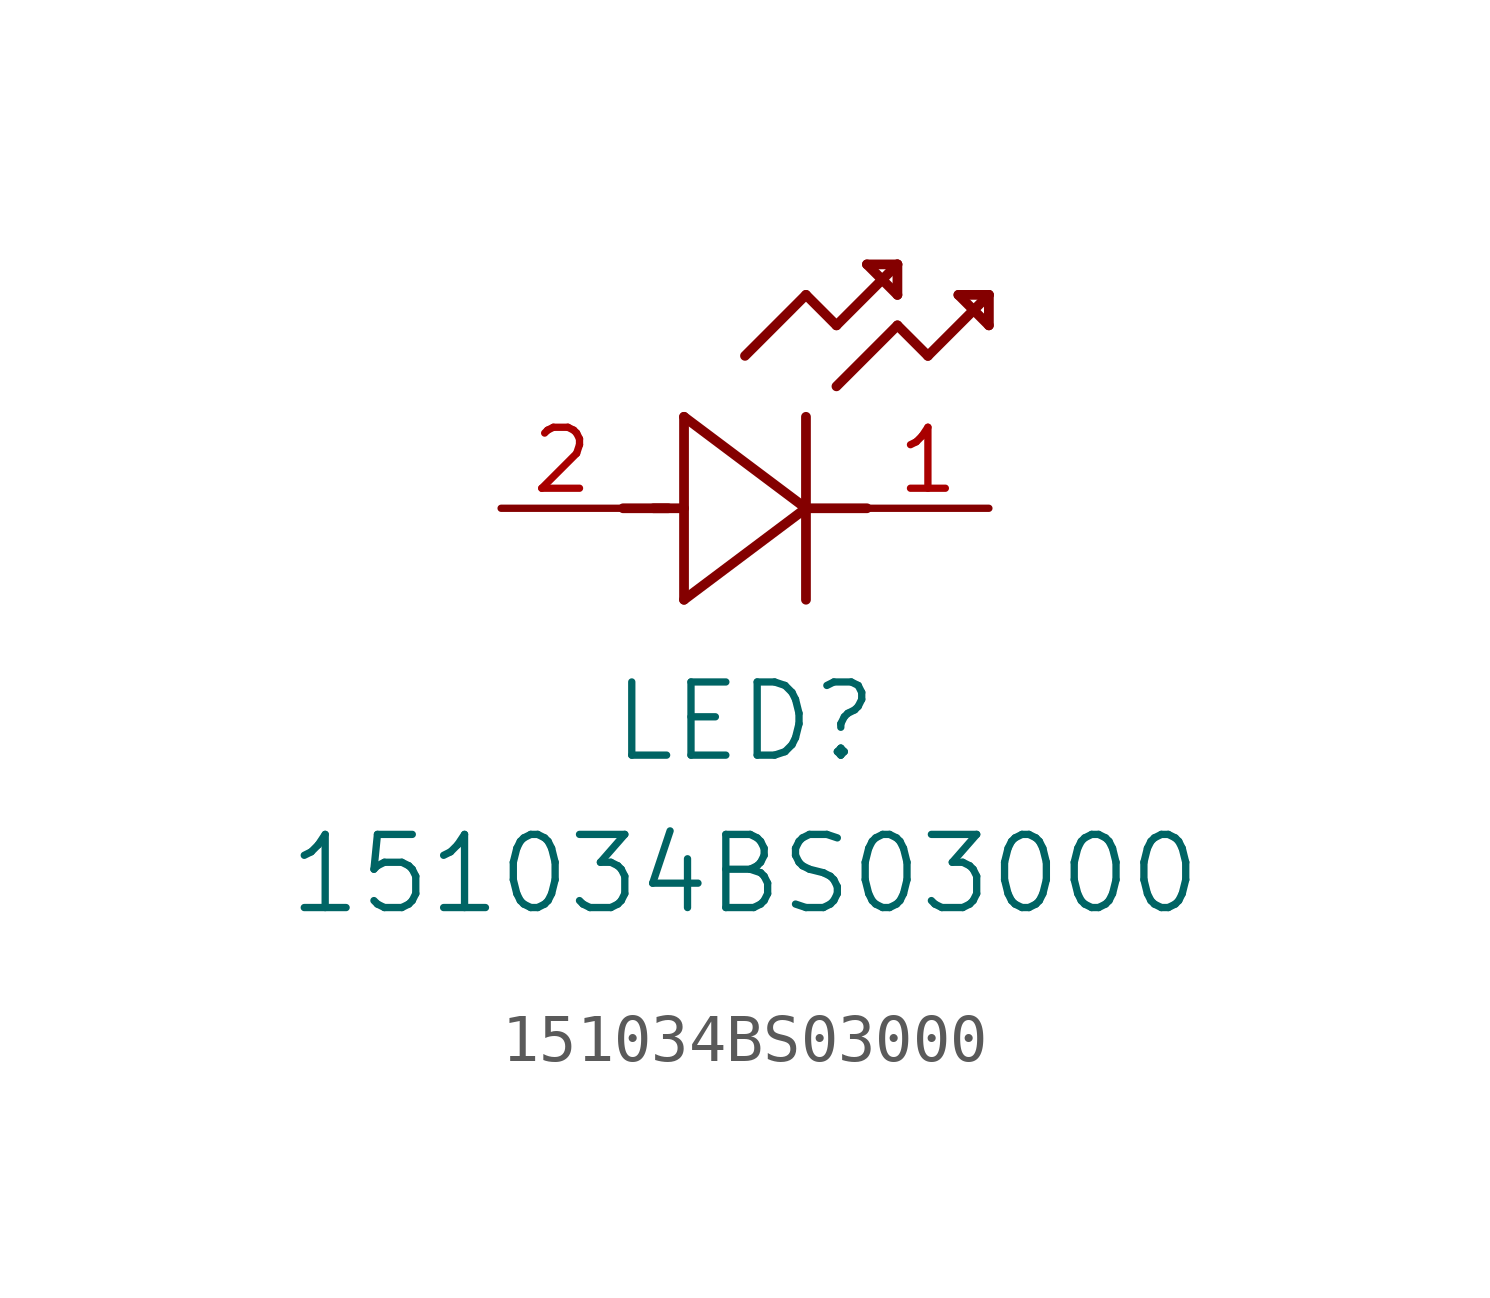
<source format=kicad_sym>
(kicad_symbol_lib
  (version 20211014)
  (generator kicad_symbol_editor)
  (symbol "151034BS03000"
    (pin_names
      (offset 0.254))
    (property "Reference" "LED"
      (at 5.08 -4.445 0)
      (effects (font (size 1.524 1.524))))
    (property "Value" "151034BS03000"
      (at 5.08 -7.62 0)
      (effects (font (size 1.524 1.524))))
    (symbol "151034BS03000_0_1"
      (polyline (pts (xy 2.54 0) (xy 3.48 0)) (stroke (width 0.203) (type default) (color 0 0 0 0)) (fill (type none)))
      (polyline (pts (xy 3.81 1.905) (xy 3.81 -1.905)) (stroke (width 0.203) (type default) (color 0 0 0 0)) (fill (type none)))
      (polyline (pts (xy 3.175 0) (xy 3.81 0)) (stroke (width 0.203) (type default) (color 0 0 0 0)) (fill (type none)))
      (polyline (pts (xy 6.35 -1.905) (xy 6.35 1.905)) (stroke (width 0.203) (type default) (color 0 0 0 0)) (fill (type none)))
      (polyline (pts (xy 6.35 0) (xy 7.62 0)) (stroke (width 0.203) (type default) (color 0 0 0 0)) (fill (type none)))
      (polyline (pts (xy 6.35 4.445) (xy 6.985 3.81)) (stroke (width 0.203) (type default) (color 0 0 0 0)) (fill (type none)))
      (polyline (pts (xy 6.985 3.81) (xy 8.255 5.08)) (stroke (width 0.203) (type default) (color 0 0 0 0)) (fill (type none)))
      (polyline (pts (xy 8.255 3.81) (xy 8.89 3.175)) (stroke (width 0.203) (type default) (color 0 0 0 0)) (fill (type none)))
      (polyline (pts (xy 8.89 3.175) (xy 10.16 4.445)) (stroke (width 0.203) (type default) (color 0 0 0 0)) (fill (type none)))
      (polyline (pts (xy 8.255 5.08) (xy 7.62 5.08)) (stroke (width 0.203) (type default) (color 0 0 0 0)) (fill (type none)))
      (polyline (pts (xy 7.62 5.08) (xy 8.255 4.445)) (stroke (width 0.203) (type default) (color 0 0 0 0)) (fill (type none)))
      (polyline (pts (xy 8.255 4.445) (xy 8.255 5.08)) (stroke (width 0.203) (type default) (color 0 0 0 0)) (fill (type none)))
      (polyline (pts (xy 10.16 4.445) (xy 9.525 4.445)) (stroke (width 0.203) (type default) (color 0 0 0 0)) (fill (type none)))
      (polyline (pts (xy 9.525 4.445) (xy 10.16 3.81)) (stroke (width 0.203) (type default) (color 0 0 0 0)) (fill (type none)))
      (polyline (pts (xy 10.16 3.81) (xy 10.16 4.445)) (stroke (width 0.203) (type default) (color 0 0 0 0)) (fill (type none)))
      (polyline (pts (xy 6.985 2.54) (xy 8.255 3.81)) (stroke (width 0.203) (type default) (color 0 0 0 0)) (fill (type none)))
      (polyline (pts (xy 6.35 0) (xy 3.81 1.905)) (stroke (width 0.203) (type default) (color 0 0 0 0)) (fill (type none)))
      (polyline (pts (xy 3.81 -1.905) (xy 6.35 0)) (stroke (width 0.203) (type default) (color 0 0 0 0)) (fill (type none)))
      (polyline (pts (xy 5.08 3.175) (xy 6.35 4.445)) (stroke (width 0.203) (type default) (color 0 0 0 0)) (fill (type none)))
      (pin unspecified line (at 10.16 0 180) (length 2.54) (name "" (effects (font (size 1.27 1.27)))) (number "1" (effects (font (size 1.27 1.27)))))
      (pin unspecified line (at 0 0 0) (length 2.54) (name "" (effects (font (size 1.27 1.27)))) (number "2" (effects (font (size 1.27 1.27))))))))
</source>
